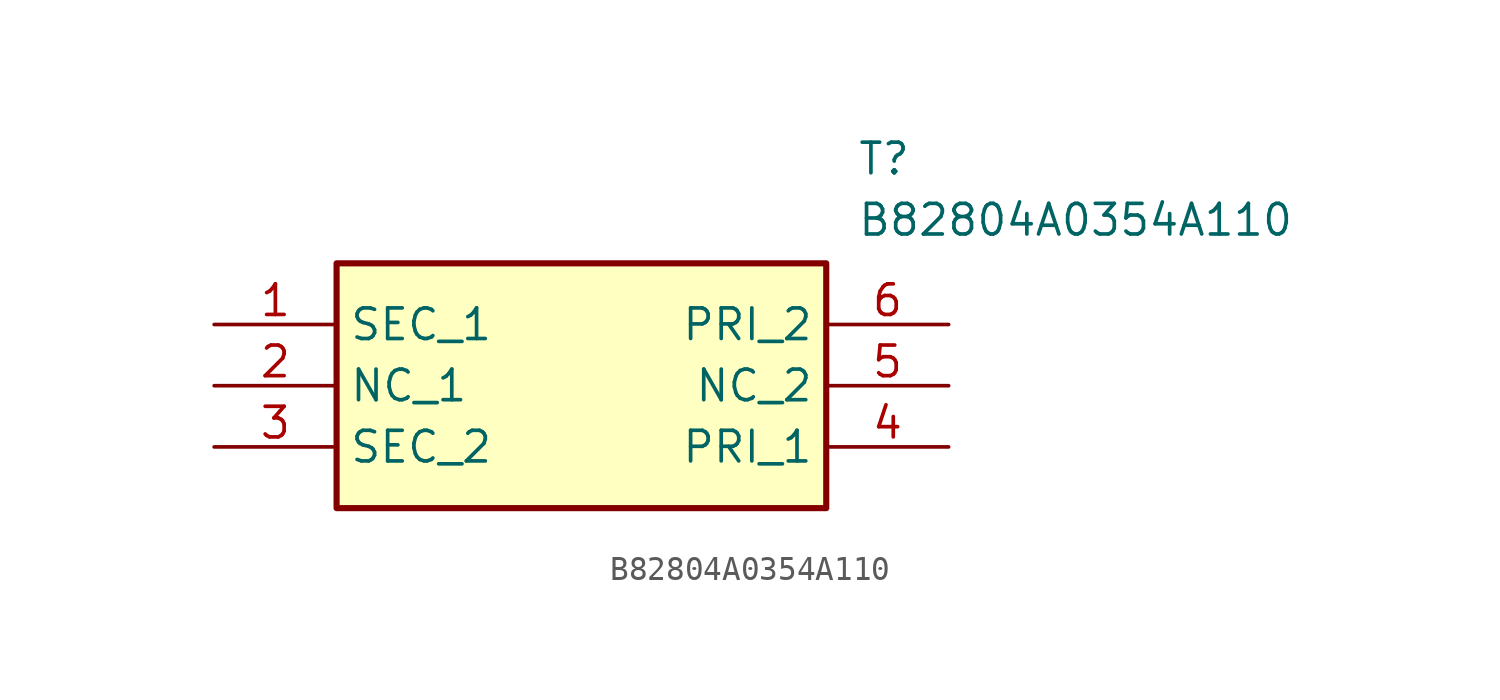
<source format=kicad_sym>
(kicad_symbol_lib
  (version 20211014)
  (generator SamacSys_ECAD_Model)
  (symbol "B82804A0354A110"
    (property "Reference" "T"
      (at 26.67 7.62 0)
      (effects (font (size 1.27 1.27)) (justify left top)))
    (property "Value" "B82804A0354A110"
      (at 26.67 5.08 0)
      (effects (font (size 1.27 1.27)) (justify left top)))
    (rectangle
      (start 5.08 2.54)
      (end 25.4 -7.62)
      (stroke (width 0.254) (type default))
      (fill (type background)))
    (pin passive line
      (at 0 0 0)
      (length 5.08)
      (name "SEC_1" (effects (font (size 1.27 1.27))))
      (number "1" (effects (font (size 1.27 1.27)))))
    (pin passive line
      (at 0 -2.54 0)
      (length 5.08)
      (name "NC_1" (effects (font (size 1.27 1.27))))
      (number "2" (effects (font (size 1.27 1.27)))))
    (pin passive line
      (at 0 -5.08 0)
      (length 5.08)
      (name "SEC_2" (effects (font (size 1.27 1.27))))
      (number "3" (effects (font (size 1.27 1.27)))))
    (pin passive line
      (at 30.48 -5.08 180)
      (length 5.08)
      (name "PRI_1" (effects (font (size 1.27 1.27))))
      (number "4" (effects (font (size 1.27 1.27)))))
    (pin passive line
      (at 30.48 -2.54 180)
      (length 5.08)
      (name "NC_2" (effects (font (size 1.27 1.27))))
      (number "5" (effects (font (size 1.27 1.27)))))
    (pin passive line
      (at 30.48 0 180)
      (length 5.08)
      (name "PRI_2" (effects (font (size 1.27 1.27))))
      (number "6" (effects (font (size 1.27 1.27)))))))
</source>
